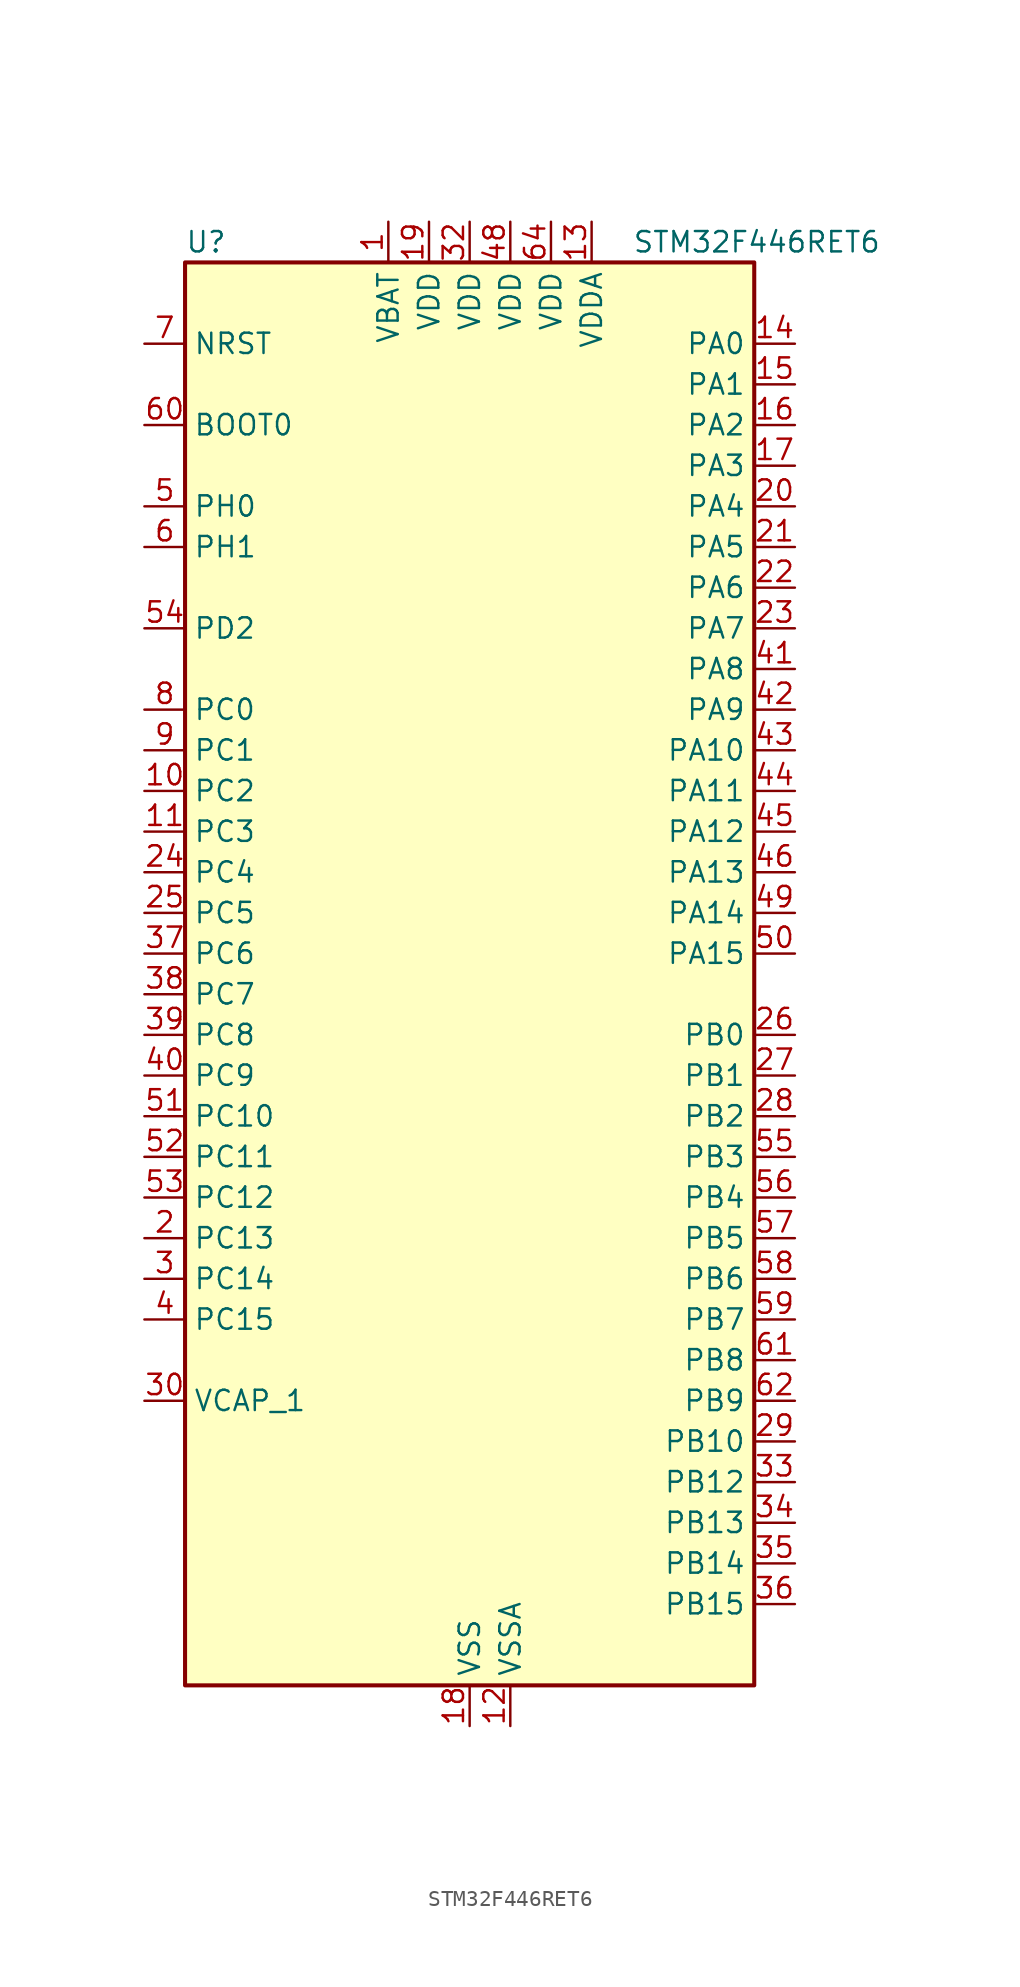
<source format=kicad_sym>
(kicad_symbol_lib
  (version 20241209)
  (generator "kicad_symbol_editor")
  (generator_version "9.0")
  (symbol "STM32F446RET6"
    (property "Reference" "U"
      (at -17.78 46.99 0)
      (effects (font (size 1.27 1.27)) (justify left)))
    (property "Value" "STM32F446RET6"
      (at 10.16 46.99 0)
      (effects (font (size 1.27 1.27)) (justify left)))
    (symbol "STM32F446RET6_0_1"
      (rectangle (start -17.78 45.72) (end 17.78 -43.18) (stroke (width 0.254) (type default)) (fill (type background))))
    (symbol "STM32F446RET6_1_1"
      (pin input line (at -20.32 40.64 0) (length 2.54) (name "NRST" (effects (font (size 1.27 1.27)))) (number "7" (effects (font (size 1.27 1.27)))))
      (pin input line (at -20.32 35.56 0) (length 2.54) (name "BOOT0" (effects (font (size 1.27 1.27)))) (number "60" (effects (font (size 1.27 1.27)))))
      (pin bidirectional line (at -20.32 30.48 0) (length 2.54) (name "PH0" (effects (font (size 1.27 1.27)))) (number "5" (effects (font (size 1.27 1.27)))) (alternate "RCC_OSC_IN" bidirectional line))
      (pin bidirectional line (at -20.32 27.94 0) (length 2.54) (name "PH1" (effects (font (size 1.27 1.27)))) (number "6" (effects (font (size 1.27 1.27)))) (alternate "RCC_OSC_OUT" bidirectional line))
      (pin bidirectional line (at -20.32 22.86 0) (length 2.54) (name "PD2" (effects (font (size 1.27 1.27)))) (number "54" (effects (font (size 1.27 1.27)))) (alternate "DCMI_D11" bidirectional line) (alternate "SDIO_CMD" bidirectional line) (alternate "TIM3_ETR" bidirectional line) (alternate "UART5_RX" bidirectional line))
      (pin bidirectional line (at -20.32 17.78 0) (length 2.54) (name "PC0" (effects (font (size 1.27 1.27)))) (number "8" (effects (font (size 1.27 1.27)))) (alternate "ADC1_IN10" bidirectional line) (alternate "ADC2_IN10" bidirectional line) (alternate "ADC3_IN10" bidirectional line) (alternate "SAI1_MCLK_B" bidirectional line) (alternate "USB_OTG_HS_ULPI_STP" bidirectional line))
      (pin bidirectional line (at -20.32 15.24 0) (length 2.54) (name "PC1" (effects (font (size 1.27 1.27)))) (number "9" (effects (font (size 1.27 1.27)))) (alternate "ADC1_IN11" bidirectional line) (alternate "ADC2_IN11" bidirectional line) (alternate "ADC3_IN11" bidirectional line) (alternate "I2S2_SD" bidirectional line) (alternate "I2S3_SD" bidirectional line) (alternate "SAI1_SD_A" bidirectional line) (alternate "SPI2_MOSI" bidirectional line) (alternate "SPI3_MOSI" bidirectional line))
      (pin bidirectional line (at -20.32 12.7 0) (length 2.54) (name "PC2" (effects (font (size 1.27 1.27)))) (number "10" (effects (font (size 1.27 1.27)))) (alternate "ADC1_IN12" bidirectional line) (alternate "ADC2_IN12" bidirectional line) (alternate "ADC3_IN12" bidirectional line) (alternate "SPI2_MISO" bidirectional line) (alternate "USB_OTG_HS_ULPI_DIR" bidirectional line))
      (pin bidirectional line (at -20.32 10.16 0) (length 2.54) (name "PC3" (effects (font (size 1.27 1.27)))) (number "11" (effects (font (size 1.27 1.27)))) (alternate "ADC1_IN13" bidirectional line) (alternate "ADC2_IN13" bidirectional line) (alternate "ADC3_IN13" bidirectional line) (alternate "I2S2_SD" bidirectional line) (alternate "SPI2_MOSI" bidirectional line) (alternate "USB_OTG_HS_ULPI_NXT" bidirectional line))
      (pin bidirectional line (at -20.32 7.62 0) (length 2.54) (name "PC4" (effects (font (size 1.27 1.27)))) (number "24" (effects (font (size 1.27 1.27)))) (alternate "ADC1_IN14" bidirectional line) (alternate "ADC2_IN14" bidirectional line) (alternate "I2S1_MCK" bidirectional line) (alternate "SPDIFRX_IN2" bidirectional line))
      (pin bidirectional line (at -20.32 5.08 0) (length 2.54) (name "PC5" (effects (font (size 1.27 1.27)))) (number "25" (effects (font (size 1.27 1.27)))) (alternate "ADC1_IN15" bidirectional line) (alternate "ADC2_IN15" bidirectional line) (alternate "SPDIFRX_IN3" bidirectional line) (alternate "USART3_RX" bidirectional line))
      (pin bidirectional line (at -20.32 2.54 0) (length 2.54) (name "PC6" (effects (font (size 1.27 1.27)))) (number "37" (effects (font (size 1.27 1.27)))) (alternate "DCMI_D0" bidirectional line) (alternate "FMPI2C1_SCL" bidirectional line) (alternate "I2S2_MCK" bidirectional line) (alternate "SDIO_D6" bidirectional line) (alternate "TIM3_CH1" bidirectional line) (alternate "TIM8_CH1" bidirectional line) (alternate "USART6_TX" bidirectional line))
      (pin bidirectional line (at -20.32 0 0) (length 2.54) (name "PC7" (effects (font (size 1.27 1.27)))) (number "38" (effects (font (size 1.27 1.27)))) (alternate "DCMI_D1" bidirectional line) (alternate "FMPI2C1_SDA" bidirectional line) (alternate "I2S2_CK" bidirectional line) (alternate "I2S3_MCK" bidirectional line) (alternate "SDIO_D7" bidirectional line) (alternate "SPDIFRX_IN1" bidirectional line) (alternate "SPI2_SCK" bidirectional line) (alternate "TIM3_CH2" bidirectional line) (alternate "TIM8_CH2" bidirectional line) (alternate "USART6_RX" bidirectional line))
      (pin bidirectional line (at -20.32 -2.54 0) (length 2.54) (name "PC8" (effects (font (size 1.27 1.27)))) (number "39" (effects (font (size 1.27 1.27)))) (alternate "DCMI_D2" bidirectional line) (alternate "SDIO_D0" bidirectional line) (alternate "SYS_TRACED0" bidirectional line) (alternate "TIM3_CH3" bidirectional line) (alternate "TIM8_CH3" bidirectional line) (alternate "UART5_RTS" bidirectional line) (alternate "USART6_CK" bidirectional line))
      (pin bidirectional line (at -20.32 -5.08 0) (length 2.54) (name "PC9" (effects (font (size 1.27 1.27)))) (number "40" (effects (font (size 1.27 1.27)))) (alternate "DAC_EXTI9" bidirectional line) (alternate "DCMI_D3" bidirectional line) (alternate "I2C3_SDA" bidirectional line) (alternate "I2S_CKIN" bidirectional line) (alternate "QUADSPI_BK1_IO0" bidirectional line) (alternate "RCC_MCO_2" bidirectional line) (alternate "SDIO_D1" bidirectional line) (alternate "TIM3_CH4" bidirectional line) (alternate "TIM8_CH4" bidirectional line) (alternate "UART5_CTS" bidirectional line))
      (pin bidirectional line (at -20.32 -7.62 0) (length 2.54) (name "PC10" (effects (font (size 1.27 1.27)))) (number "51" (effects (font (size 1.27 1.27)))) (alternate "DCMI_D8" bidirectional line) (alternate "I2S3_CK" bidirectional line) (alternate "QUADSPI_BK1_IO1" bidirectional line) (alternate "SDIO_D2" bidirectional line) (alternate "SPI3_SCK" bidirectional line) (alternate "UART4_TX" bidirectional line) (alternate "USART3_TX" bidirectional line))
      (pin bidirectional line (at -20.32 -10.16 0) (length 2.54) (name "PC11" (effects (font (size 1.27 1.27)))) (number "52" (effects (font (size 1.27 1.27)))) (alternate "ADC1_EXTI11" bidirectional line) (alternate "ADC2_EXTI11" bidirectional line) (alternate "ADC3_EXTI11" bidirectional line) (alternate "DCMI_D4" bidirectional line) (alternate "QUADSPI_BK2_NCS" bidirectional line) (alternate "SDIO_D3" bidirectional line) (alternate "SPI3_MISO" bidirectional line) (alternate "UART4_RX" bidirectional line) (alternate "USART3_RX" bidirectional line))
      (pin bidirectional line (at -20.32 -12.7 0) (length 2.54) (name "PC12" (effects (font (size 1.27 1.27)))) (number "53" (effects (font (size 1.27 1.27)))) (alternate "DCMI_D9" bidirectional line) (alternate "I2C2_SDA" bidirectional line) (alternate "I2S3_SD" bidirectional line) (alternate "SDIO_CK" bidirectional line) (alternate "SPI3_MOSI" bidirectional line) (alternate "UART5_TX" bidirectional line) (alternate "USART3_CK" bidirectional line))
      (pin bidirectional line (at -20.32 -15.24 0) (length 2.54) (name "PC13" (effects (font (size 1.27 1.27)))) (number "2" (effects (font (size 1.27 1.27)))) (alternate "RTC_AF1" bidirectional line) (alternate "SYS_WKUP1" bidirectional line))
      (pin bidirectional line (at -20.32 -17.78 0) (length 2.54) (name "PC14" (effects (font (size 1.27 1.27)))) (number "3" (effects (font (size 1.27 1.27)))) (alternate "RCC_OSC32_IN" bidirectional line))
      (pin bidirectional line (at -20.32 -20.32 0) (length 2.54) (name "PC15" (effects (font (size 1.27 1.27)))) (number "4" (effects (font (size 1.27 1.27)))) (alternate "ADC1_EXTI15" bidirectional line) (alternate "ADC2_EXTI15" bidirectional line) (alternate "ADC3_EXTI15" bidirectional line) (alternate "RCC_OSC32_OUT" bidirectional line))
      (pin power_out line (at -20.32 -25.4 0) (length 2.54) (name "VCAP_1" (effects (font (size 1.27 1.27)))) (number "30" (effects (font (size 1.27 1.27)))))
      (pin power_in line (at -5.08 48.26 270) (length 2.54) (name "VBAT" (effects (font (size 1.27 1.27)))) (number "1" (effects (font (size 1.27 1.27)))))
      (pin power_in line (at -2.54 48.26 270) (length 2.54) (name "VDD" (effects (font (size 1.27 1.27)))) (number "19" (effects (font (size 1.27 1.27)))))
      (pin power_in line (at 0 48.26 270) (length 2.54) (name "VDD" (effects (font (size 1.27 1.27)))) (number "32" (effects (font (size 1.27 1.27)))))
      (pin power_in line (at 0 -45.72 90) (length 2.54) (name "VSS" (effects (font (size 1.27 1.27)))) (number "18" (effects (font (size 1.27 1.27)))))
      (pin passive line (at 0 -45.72 90) (length 2.54) (hide yes) (name "VSS" (effects (font (size 1.27 1.27)))) (number "31" (effects (font (size 1.27 1.27)))))
      (pin passive line (at 0 -45.72 90) (length 2.54) (hide yes) (name "VSS" (effects (font (size 1.27 1.27)))) (number "47" (effects (font (size 1.27 1.27)))))
      (pin passive line (at 0 -45.72 90) (length 2.54) (hide yes) (name "VSS" (effects (font (size 1.27 1.27)))) (number "63" (effects (font (size 1.27 1.27)))))
      (pin power_in line (at 2.54 48.26 270) (length 2.54) (name "VDD" (effects (font (size 1.27 1.27)))) (number "48" (effects (font (size 1.27 1.27)))))
      (pin power_in line (at 2.54 -45.72 90) (length 2.54) (name "VSSA" (effects (font (size 1.27 1.27)))) (number "12" (effects (font (size 1.27 1.27)))))
      (pin power_in line (at 5.08 48.26 270) (length 2.54) (name "VDD" (effects (font (size 1.27 1.27)))) (number "64" (effects (font (size 1.27 1.27)))))
      (pin power_in line (at 7.62 48.26 270) (length 2.54) (name "VDDA" (effects (font (size 1.27 1.27)))) (number "13" (effects (font (size 1.27 1.27)))))
      (pin bidirectional line (at 20.32 40.64 180) (length 2.54) (name "PA0" (effects (font (size 1.27 1.27)))) (number "14" (effects (font (size 1.27 1.27)))) (alternate "ADC1_IN0" bidirectional line) (alternate "ADC2_IN0" bidirectional line) (alternate "ADC3_IN0" bidirectional line) (alternate "RTC_AF2" bidirectional line) (alternate "SYS_WKUP0" bidirectional line) (alternate "TIM2_CH1" bidirectional line) (alternate "TIM2_ETR" bidirectional line) (alternate "TIM5_CH1" bidirectional line) (alternate "TIM8_ETR" bidirectional line) (alternate "UART4_TX" bidirectional line) (alternate "USART2_CTS" bidirectional line))
      (pin bidirectional line (at 20.32 38.1 180) (length 2.54) (name "PA1" (effects (font (size 1.27 1.27)))) (number "15" (effects (font (size 1.27 1.27)))) (alternate "ADC1_IN1" bidirectional line) (alternate "ADC2_IN1" bidirectional line) (alternate "ADC3_IN1" bidirectional line) (alternate "QUADSPI_BK1_IO3" bidirectional line) (alternate "TIM2_CH2" bidirectional line) (alternate "TIM5_CH2" bidirectional line) (alternate "UART4_RX" bidirectional line) (alternate "USART2_RTS" bidirectional line))
      (pin bidirectional line (at 20.32 35.56 180) (length 2.54) (name "PA2" (effects (font (size 1.27 1.27)))) (number "16" (effects (font (size 1.27 1.27)))) (alternate "ADC1_IN2" bidirectional line) (alternate "ADC2_IN2" bidirectional line) (alternate "ADC3_IN2" bidirectional line) (alternate "TIM2_CH3" bidirectional line) (alternate "TIM5_CH3" bidirectional line) (alternate "TIM9_CH1" bidirectional line) (alternate "USART2_TX" bidirectional line))
      (pin bidirectional line (at 20.32 33.02 180) (length 2.54) (name "PA3" (effects (font (size 1.27 1.27)))) (number "17" (effects (font (size 1.27 1.27)))) (alternate "ADC1_IN3" bidirectional line) (alternate "ADC2_IN3" bidirectional line) (alternate "ADC3_IN3" bidirectional line) (alternate "SAI1_FS_A" bidirectional line) (alternate "TIM2_CH4" bidirectional line) (alternate "TIM5_CH4" bidirectional line) (alternate "TIM9_CH2" bidirectional line) (alternate "USART2_RX" bidirectional line) (alternate "USB_OTG_HS_ULPI_D0" bidirectional line))
      (pin bidirectional line (at 20.32 30.48 180) (length 2.54) (name "PA4" (effects (font (size 1.27 1.27)))) (number "20" (effects (font (size 1.27 1.27)))) (alternate "ADC1_IN4" bidirectional line) (alternate "ADC2_IN4" bidirectional line) (alternate "DAC_OUT1" bidirectional line) (alternate "DCMI_HSYNC" bidirectional line) (alternate "I2S1_WS" bidirectional line) (alternate "I2S3_WS" bidirectional line) (alternate "SPI1_NSS" bidirectional line) (alternate "SPI3_NSS" bidirectional line) (alternate "USART2_CK" bidirectional line) (alternate "USB_OTG_HS_SOF" bidirectional line))
      (pin bidirectional line (at 20.32 27.94 180) (length 2.54) (name "PA5" (effects (font (size 1.27 1.27)))) (number "21" (effects (font (size 1.27 1.27)))) (alternate "ADC1_IN5" bidirectional line) (alternate "ADC2_IN5" bidirectional line) (alternate "DAC_OUT2" bidirectional line) (alternate "I2S1_CK" bidirectional line) (alternate "SPI1_SCK" bidirectional line) (alternate "TIM2_CH1" bidirectional line) (alternate "TIM2_ETR" bidirectional line) (alternate "TIM8_CH1N" bidirectional line) (alternate "USB_OTG_HS_ULPI_CK" bidirectional line))
      (pin bidirectional line (at 20.32 25.4 180) (length 2.54) (name "PA6" (effects (font (size 1.27 1.27)))) (number "22" (effects (font (size 1.27 1.27)))) (alternate "ADC1_IN6" bidirectional line) (alternate "ADC2_IN6" bidirectional line) (alternate "DCMI_PIXCLK" bidirectional line) (alternate "I2S2_MCK" bidirectional line) (alternate "SPI1_MISO" bidirectional line) (alternate "TIM13_CH1" bidirectional line) (alternate "TIM1_BKIN" bidirectional line) (alternate "TIM3_CH1" bidirectional line) (alternate "TIM8_BKIN" bidirectional line))
      (pin bidirectional line (at 20.32 22.86 180) (length 2.54) (name "PA7" (effects (font (size 1.27 1.27)))) (number "23" (effects (font (size 1.27 1.27)))) (alternate "ADC1_IN7" bidirectional line) (alternate "ADC2_IN7" bidirectional line) (alternate "I2S1_SD" bidirectional line) (alternate "SPI1_MOSI" bidirectional line) (alternate "TIM14_CH1" bidirectional line) (alternate "TIM1_CH1N" bidirectional line) (alternate "TIM3_CH2" bidirectional line) (alternate "TIM8_CH1N" bidirectional line))
      (pin bidirectional line (at 20.32 20.32 180) (length 2.54) (name "PA8" (effects (font (size 1.27 1.27)))) (number "41" (effects (font (size 1.27 1.27)))) (alternate "I2C3_SCL" bidirectional line) (alternate "RCC_MCO_1" bidirectional line) (alternate "TIM1_CH1" bidirectional line) (alternate "USART1_CK" bidirectional line) (alternate "USB_OTG_FS_SOF" bidirectional line))
      (pin bidirectional line (at 20.32 17.78 180) (length 2.54) (name "PA9" (effects (font (size 1.27 1.27)))) (number "42" (effects (font (size 1.27 1.27)))) (alternate "DAC_EXTI9" bidirectional line) (alternate "DCMI_D0" bidirectional line) (alternate "I2C3_SMBA" bidirectional line) (alternate "I2S2_CK" bidirectional line) (alternate "SAI1_SD_B" bidirectional line) (alternate "SPI2_SCK" bidirectional line) (alternate "TIM1_CH2" bidirectional line) (alternate "USART1_TX" bidirectional line) (alternate "USB_OTG_FS_VBUS" bidirectional line))
      (pin bidirectional line (at 20.32 15.24 180) (length 2.54) (name "PA10" (effects (font (size 1.27 1.27)))) (number "43" (effects (font (size 1.27 1.27)))) (alternate "DCMI_D1" bidirectional line) (alternate "TIM1_CH3" bidirectional line) (alternate "USART1_RX" bidirectional line) (alternate "USB_OTG_FS_ID" bidirectional line))
      (pin bidirectional line (at 20.32 12.7 180) (length 2.54) (name "PA11" (effects (font (size 1.27 1.27)))) (number "44" (effects (font (size 1.27 1.27)))) (alternate "ADC1_EXTI11" bidirectional line) (alternate "ADC2_EXTI11" bidirectional line) (alternate "ADC3_EXTI11" bidirectional line) (alternate "CAN1_RX" bidirectional line) (alternate "TIM1_CH4" bidirectional line) (alternate "USART1_CTS" bidirectional line) (alternate "USB_OTG_FS_DM" bidirectional line))
      (pin bidirectional line (at 20.32 10.16 180) (length 2.54) (name "PA12" (effects (font (size 1.27 1.27)))) (number "45" (effects (font (size 1.27 1.27)))) (alternate "CAN1_TX" bidirectional line) (alternate "TIM1_ETR" bidirectional line) (alternate "USART1_RTS" bidirectional line) (alternate "USB_OTG_FS_DP" bidirectional line))
      (pin bidirectional line (at 20.32 7.62 180) (length 2.54) (name "PA13" (effects (font (size 1.27 1.27)))) (number "46" (effects (font (size 1.27 1.27)))) (alternate "SYS_JTMS-SWDIO" bidirectional line))
      (pin bidirectional line (at 20.32 5.08 180) (length 2.54) (name "PA14" (effects (font (size 1.27 1.27)))) (number "49" (effects (font (size 1.27 1.27)))) (alternate "SYS_JTCK-SWCLK" bidirectional line))
      (pin bidirectional line (at 20.32 2.54 180) (length 2.54) (name "PA15" (effects (font (size 1.27 1.27)))) (number "50" (effects (font (size 1.27 1.27)))) (alternate "ADC1_EXTI15" bidirectional line) (alternate "ADC2_EXTI15" bidirectional line) (alternate "ADC3_EXTI15" bidirectional line) (alternate "CEC" bidirectional line) (alternate "I2S1_WS" bidirectional line) (alternate "I2S3_WS" bidirectional line) (alternate "SPI1_NSS" bidirectional line) (alternate "SPI3_NSS" bidirectional line) (alternate "SYS_JTDI" bidirectional line) (alternate "TIM2_CH1" bidirectional line) (alternate "TIM2_ETR" bidirectional line) (alternate "UART4_RTS" bidirectional line))
      (pin bidirectional line (at 20.32 -2.54 180) (length 2.54) (name "PB0" (effects (font (size 1.27 1.27)))) (number "26" (effects (font (size 1.27 1.27)))) (alternate "ADC1_IN8" bidirectional line) (alternate "ADC2_IN8" bidirectional line) (alternate "I2S3_SD" bidirectional line) (alternate "SDIO_D1" bidirectional line) (alternate "SPI3_MOSI" bidirectional line) (alternate "TIM1_CH2N" bidirectional line) (alternate "TIM3_CH3" bidirectional line) (alternate "TIM8_CH2N" bidirectional line) (alternate "UART4_CTS" bidirectional line) (alternate "USB_OTG_HS_ULPI_D1" bidirectional line))
      (pin bidirectional line (at 20.32 -5.08 180) (length 2.54) (name "PB1" (effects (font (size 1.27 1.27)))) (number "27" (effects (font (size 1.27 1.27)))) (alternate "ADC1_IN9" bidirectional line) (alternate "ADC2_IN9" bidirectional line) (alternate "SDIO_D2" bidirectional line) (alternate "TIM1_CH3N" bidirectional line) (alternate "TIM3_CH4" bidirectional line) (alternate "TIM8_CH3N" bidirectional line) (alternate "USB_OTG_HS_ULPI_D2" bidirectional line))
      (pin bidirectional line (at 20.32 -7.62 180) (length 2.54) (name "PB2" (effects (font (size 1.27 1.27)))) (number "28" (effects (font (size 1.27 1.27)))) (alternate "I2S3_SD" bidirectional line) (alternate "QUADSPI_CLK" bidirectional line) (alternate "SAI1_SD_A" bidirectional line) (alternate "SDIO_CK" bidirectional line) (alternate "SPI3_MOSI" bidirectional line) (alternate "TIM2_CH4" bidirectional line) (alternate "USB_OTG_HS_ULPI_D4" bidirectional line))
      (pin bidirectional line (at 20.32 -10.16 180) (length 2.54) (name "PB3" (effects (font (size 1.27 1.27)))) (number "55" (effects (font (size 1.27 1.27)))) (alternate "I2C2_SDA" bidirectional line) (alternate "I2S1_CK" bidirectional line) (alternate "I2S3_CK" bidirectional line) (alternate "SPI1_SCK" bidirectional line) (alternate "SPI3_SCK" bidirectional line) (alternate "SYS_JTDO-SWO" bidirectional line) (alternate "TIM2_CH2" bidirectional line))
      (pin bidirectional line (at 20.32 -12.7 180) (length 2.54) (name "PB4" (effects (font (size 1.27 1.27)))) (number "56" (effects (font (size 1.27 1.27)))) (alternate "I2C3_SDA" bidirectional line) (alternate "I2S2_WS" bidirectional line) (alternate "SPI1_MISO" bidirectional line) (alternate "SPI2_NSS" bidirectional line) (alternate "SPI3_MISO" bidirectional line) (alternate "SYS_JTRST" bidirectional line) (alternate "TIM3_CH1" bidirectional line))
      (pin bidirectional line (at 20.32 -15.24 180) (length 2.54) (name "PB5" (effects (font (size 1.27 1.27)))) (number "57" (effects (font (size 1.27 1.27)))) (alternate "CAN2_RX" bidirectional line) (alternate "DCMI_D10" bidirectional line) (alternate "I2C1_SMBA" bidirectional line) (alternate "I2S1_SD" bidirectional line) (alternate "I2S3_SD" bidirectional line) (alternate "SPI1_MOSI" bidirectional line) (alternate "SPI3_MOSI" bidirectional line) (alternate "TIM3_CH2" bidirectional line) (alternate "USB_OTG_HS_ULPI_D7" bidirectional line))
      (pin bidirectional line (at 20.32 -17.78 180) (length 2.54) (name "PB6" (effects (font (size 1.27 1.27)))) (number "58" (effects (font (size 1.27 1.27)))) (alternate "CAN2_TX" bidirectional line) (alternate "CEC" bidirectional line) (alternate "DCMI_D5" bidirectional line) (alternate "I2C1_SCL" bidirectional line) (alternate "QUADSPI_BK1_NCS" bidirectional line) (alternate "TIM4_CH1" bidirectional line) (alternate "USART1_TX" bidirectional line))
      (pin bidirectional line (at 20.32 -20.32 180) (length 2.54) (name "PB7" (effects (font (size 1.27 1.27)))) (number "59" (effects (font (size 1.27 1.27)))) (alternate "DCMI_VSYNC" bidirectional line) (alternate "I2C1_SDA" bidirectional line) (alternate "SPDIFRX_IN0" bidirectional line) (alternate "TIM4_CH2" bidirectional line) (alternate "USART1_RX" bidirectional line))
      (pin bidirectional line (at 20.32 -22.86 180) (length 2.54) (name "PB8" (effects (font (size 1.27 1.27)))) (number "61" (effects (font (size 1.27 1.27)))) (alternate "CAN1_RX" bidirectional line) (alternate "DCMI_D6" bidirectional line) (alternate "I2C1_SCL" bidirectional line) (alternate "SDIO_D4" bidirectional line) (alternate "TIM10_CH1" bidirectional line) (alternate "TIM2_CH1" bidirectional line) (alternate "TIM2_ETR" bidirectional line) (alternate "TIM4_CH3" bidirectional line))
      (pin bidirectional line (at 20.32 -25.4 180) (length 2.54) (name "PB9" (effects (font (size 1.27 1.27)))) (number "62" (effects (font (size 1.27 1.27)))) (alternate "CAN1_TX" bidirectional line) (alternate "DAC_EXTI9" bidirectional line) (alternate "DCMI_D7" bidirectional line) (alternate "I2C1_SDA" bidirectional line) (alternate "I2S2_WS" bidirectional line) (alternate "SAI1_FS_B" bidirectional line) (alternate "SDIO_D5" bidirectional line) (alternate "SPI2_NSS" bidirectional line) (alternate "TIM11_CH1" bidirectional line) (alternate "TIM2_CH2" bidirectional line) (alternate "TIM4_CH4" bidirectional line))
      (pin bidirectional line (at 20.32 -27.94 180) (length 2.54) (name "PB10" (effects (font (size 1.27 1.27)))) (number "29" (effects (font (size 1.27 1.27)))) (alternate "I2C2_SCL" bidirectional line) (alternate "I2S2_CK" bidirectional line) (alternate "SAI1_SCK_A" bidirectional line) (alternate "SPI2_SCK" bidirectional line) (alternate "TIM2_CH3" bidirectional line) (alternate "USART3_TX" bidirectional line) (alternate "USB_OTG_HS_ULPI_D3" bidirectional line))
      (pin bidirectional line (at 20.32 -30.48 180) (length 2.54) (name "PB12" (effects (font (size 1.27 1.27)))) (number "33" (effects (font (size 1.27 1.27)))) (alternate "CAN2_RX" bidirectional line) (alternate "I2C2_SMBA" bidirectional line) (alternate "I2S2_WS" bidirectional line) (alternate "SAI1_SCK_B" bidirectional line) (alternate "SPI2_NSS" bidirectional line) (alternate "TIM1_BKIN" bidirectional line) (alternate "USART3_CK" bidirectional line) (alternate "USB_OTG_HS_ID" bidirectional line) (alternate "USB_OTG_HS_ULPI_D5" bidirectional line))
      (pin bidirectional line (at 20.32 -33.02 180) (length 2.54) (name "PB13" (effects (font (size 1.27 1.27)))) (number "34" (effects (font (size 1.27 1.27)))) (alternate "CAN2_TX" bidirectional line) (alternate "I2S2_CK" bidirectional line) (alternate "SPI2_SCK" bidirectional line) (alternate "TIM1_CH1N" bidirectional line) (alternate "USART3_CTS" bidirectional line) (alternate "USB_OTG_HS_ULPI_D6" bidirectional line) (alternate "USB_OTG_HS_VBUS" bidirectional line))
      (pin bidirectional line (at 20.32 -35.56 180) (length 2.54) (name "PB14" (effects (font (size 1.27 1.27)))) (number "35" (effects (font (size 1.27 1.27)))) (alternate "SPI2_MISO" bidirectional line) (alternate "TIM12_CH1" bidirectional line) (alternate "TIM1_CH2N" bidirectional line) (alternate "TIM8_CH2N" bidirectional line) (alternate "USART3_RTS" bidirectional line) (alternate "USB_OTG_HS_DM" bidirectional line))
      (pin bidirectional line (at 20.32 -38.1 180) (length 2.54) (name "PB15" (effects (font (size 1.27 1.27)))) (number "36" (effects (font (size 1.27 1.27)))) (alternate "ADC1_EXTI15" bidirectional line) (alternate "ADC2_EXTI15" bidirectional line) (alternate "ADC3_EXTI15" bidirectional line) (alternate "I2S2_SD" bidirectional line) (alternate "RTC_REFIN" bidirectional line) (alternate "SPI2_MOSI" bidirectional line) (alternate "TIM12_CH2" bidirectional line) (alternate "TIM1_CH3N" bidirectional line) (alternate "TIM8_CH3N" bidirectional line) (alternate "USB_OTG_HS_DP" bidirectional line)))))
</source>
